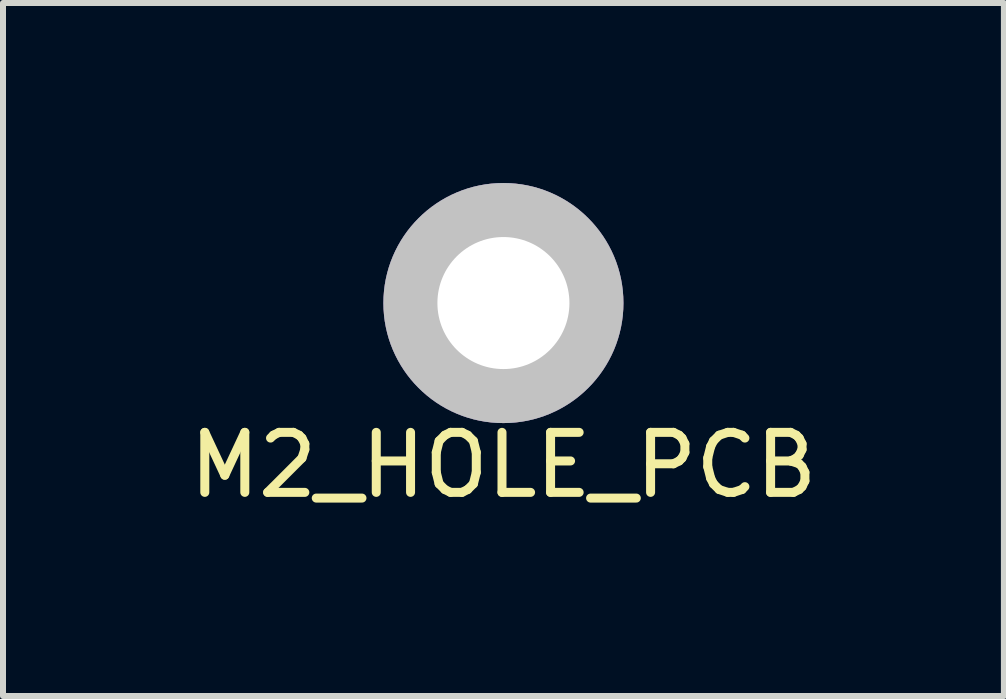
<source format=kicad_pcb>
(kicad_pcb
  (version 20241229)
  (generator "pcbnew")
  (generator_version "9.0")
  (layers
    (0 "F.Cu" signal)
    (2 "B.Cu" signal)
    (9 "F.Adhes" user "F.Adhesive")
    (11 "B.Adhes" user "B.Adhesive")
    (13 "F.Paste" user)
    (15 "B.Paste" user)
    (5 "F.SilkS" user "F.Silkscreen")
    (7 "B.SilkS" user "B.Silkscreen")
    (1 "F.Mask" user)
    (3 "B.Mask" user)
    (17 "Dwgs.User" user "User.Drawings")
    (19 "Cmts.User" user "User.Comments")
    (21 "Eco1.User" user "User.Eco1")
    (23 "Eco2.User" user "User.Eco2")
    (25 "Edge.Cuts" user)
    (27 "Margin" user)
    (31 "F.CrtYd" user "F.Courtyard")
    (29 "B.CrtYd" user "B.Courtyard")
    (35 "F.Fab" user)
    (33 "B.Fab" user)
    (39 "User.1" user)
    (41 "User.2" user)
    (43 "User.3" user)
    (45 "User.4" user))
  (footprint "M2_HOLE_PCB"
    (layer "F.Cu")
    (at 5.339 2)
    (property "Reference" "M2_HOLE_PCB" (at 0 2.7 0) (layer "F.SilkS") (effects (font (size 1 1) (thickness 0.15))))
    (attr through_hole)
    (pad "" thru_hole circle (at 0 0) (size 4 4) (drill 2.2) (layers "*.Cu" "*.Mask" "Dwgs.User")))
  (gr_rect
    (start -3 -3)
    (end 13.679 8.548)
    (stroke (width 0.1) (type default))
    (fill no)
    (layer "Edge.Cuts")))
</source>
